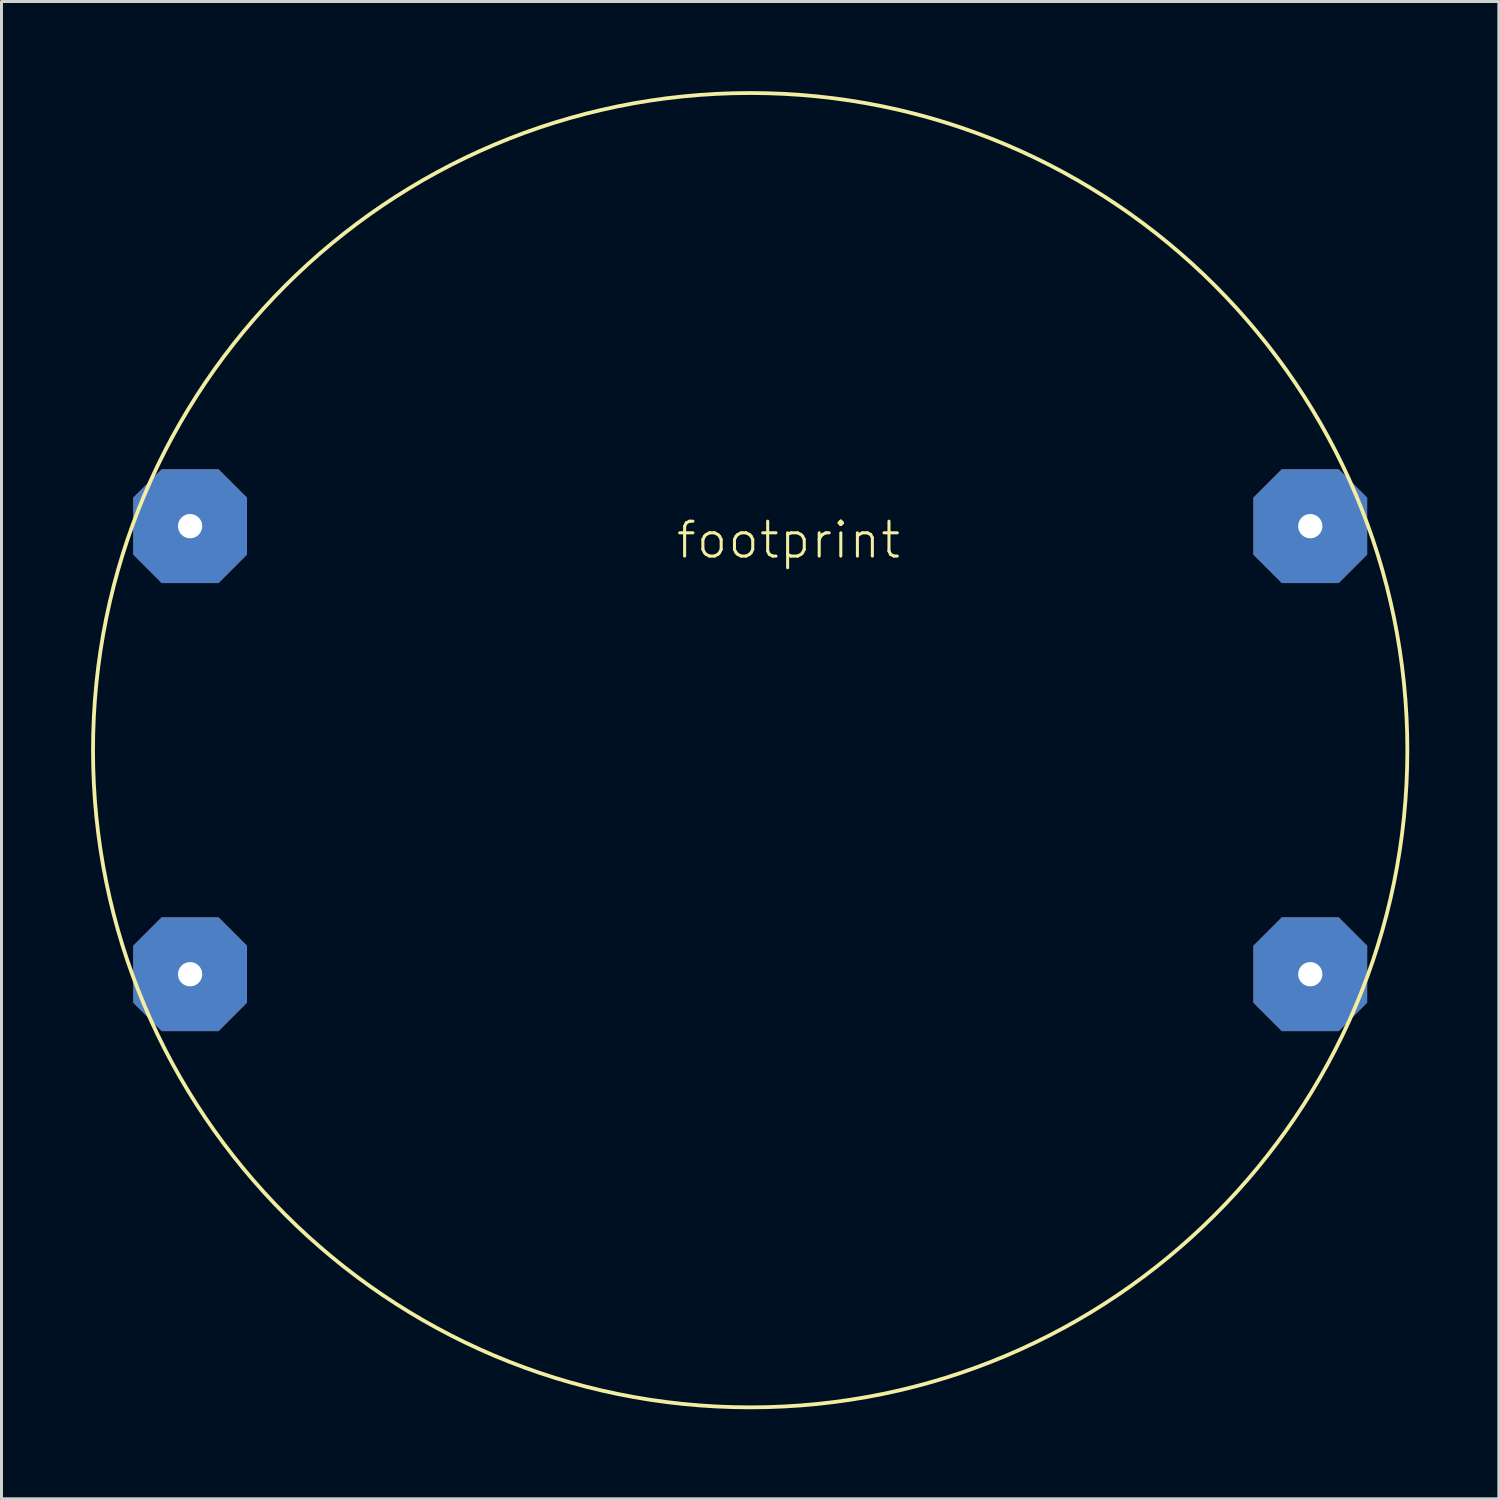
<source format=kicad_pcb>
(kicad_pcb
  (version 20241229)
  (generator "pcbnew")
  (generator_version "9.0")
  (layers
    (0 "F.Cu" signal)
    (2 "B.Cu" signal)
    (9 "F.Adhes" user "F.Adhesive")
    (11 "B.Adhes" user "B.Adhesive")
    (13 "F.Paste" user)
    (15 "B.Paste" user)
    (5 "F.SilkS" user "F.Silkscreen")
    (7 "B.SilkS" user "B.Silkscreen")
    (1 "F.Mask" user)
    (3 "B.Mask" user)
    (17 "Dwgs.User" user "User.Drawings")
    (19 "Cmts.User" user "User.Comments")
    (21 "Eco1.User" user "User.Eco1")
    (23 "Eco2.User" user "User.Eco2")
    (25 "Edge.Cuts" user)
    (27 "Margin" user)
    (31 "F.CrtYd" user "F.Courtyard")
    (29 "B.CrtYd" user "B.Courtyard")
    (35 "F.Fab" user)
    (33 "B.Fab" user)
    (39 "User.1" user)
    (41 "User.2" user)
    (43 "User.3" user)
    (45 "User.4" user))
  (footprint "footprint"
    (layer "F.Cu")
    (at 22.064 22.064)
    (property "Reference" "footprint" (at -2.54 -6.35 0) (layer "F.SilkS") (effects (font (size 1.168 1.168) (thickness 0.102)) (justify left bottom)))
    (fp_circle (center 0 0) (end 22 0) (stroke (width 0.127) (type solid)) (fill no) (layer "F.SilkS"))
    (pad "1" thru_hole roundrect (at -18.75 -7.5) (size 3.81 3.81) (drill 0.813) (layers "*.Cu" "*.Mask") (roundrect_rratio 0.25) (chamfer_ratio 0.25) (chamfer top_left top_right bottom_left bottom_right))
    (pad "2" thru_hole roundrect (at 18.75 -7.5) (size 3.81 3.81) (drill 0.813) (layers "*.Cu" "*.Mask") (roundrect_rratio 0.25) (chamfer_ratio 0.25) (chamfer top_left top_right bottom_left bottom_right))
    (pad "3" thru_hole roundrect (at -18.75 7.5) (size 3.81 3.81) (drill 0.813) (layers "*.Cu" "*.Mask") (roundrect_rratio 0.25) (chamfer_ratio 0.25) (chamfer top_left top_right bottom_left bottom_right))
    (pad "4" thru_hole roundrect (at 18.75 7.5) (size 3.81 3.81) (drill 0.813) (layers "*.Cu" "*.Mask") (roundrect_rratio 0.25) (chamfer_ratio 0.25) (chamfer top_left top_right bottom_left bottom_right)))
  (gr_rect
    (start -3 -3)
    (end 47.127 47.127)
    (stroke (width 0.1) (type default))
    (fill no)
    (layer "Edge.Cuts")))
</source>
